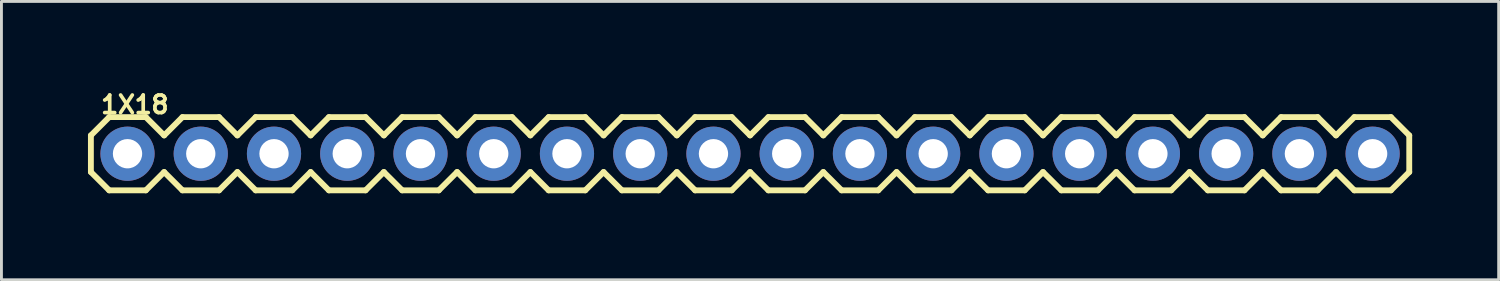
<source format=kicad_pcb>
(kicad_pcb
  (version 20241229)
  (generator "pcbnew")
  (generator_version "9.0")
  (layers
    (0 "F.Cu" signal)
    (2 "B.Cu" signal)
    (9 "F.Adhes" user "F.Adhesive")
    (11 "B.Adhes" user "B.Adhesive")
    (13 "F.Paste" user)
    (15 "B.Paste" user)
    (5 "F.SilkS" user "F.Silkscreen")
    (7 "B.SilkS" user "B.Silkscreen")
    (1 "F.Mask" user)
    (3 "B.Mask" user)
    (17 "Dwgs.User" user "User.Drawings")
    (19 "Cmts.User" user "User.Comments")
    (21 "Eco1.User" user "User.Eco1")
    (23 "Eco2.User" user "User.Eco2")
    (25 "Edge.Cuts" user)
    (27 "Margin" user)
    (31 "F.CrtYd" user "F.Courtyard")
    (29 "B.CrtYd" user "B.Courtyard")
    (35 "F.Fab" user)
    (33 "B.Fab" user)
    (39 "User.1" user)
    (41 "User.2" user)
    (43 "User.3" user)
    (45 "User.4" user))
  (footprint "1X18"
    (layer "F.Cu")
    (at 1.372 2.281)
    (property "Reference" "1X18" (at 0.254 -1.702 0) (layer "F.SilkS") (effects (font (size 0.61 0.61) (thickness 0.127))))
    (attr exclude_from_pos_files exclude_from_bom)
    (fp_line (start -1.27 -0.635) (end -1.27 0.635) (stroke (width 0.203) (type solid)) (layer "F.SilkS"))
    (fp_line (start -1.27 0.635) (end -0.635 1.27) (stroke (width 0.203) (type solid)) (layer "F.SilkS"))
    (fp_line (start -0.635 -1.27) (end -1.27 -0.635) (stroke (width 0.203) (type solid)) (layer "F.SilkS"))
    (fp_line (start -0.635 -1.27) (end 0.635 -1.27) (stroke (width 0.203) (type solid)) (layer "F.SilkS"))
    (fp_line (start 0.635 -1.27) (end 1.27 -0.635) (stroke (width 0.203) (type solid)) (layer "F.SilkS"))
    (fp_line (start 0.635 1.27) (end -0.635 1.27) (stroke (width 0.203) (type solid)) (layer "F.SilkS"))
    (fp_line (start 1.27 -0.635) (end 1.905 -1.27) (stroke (width 0.203) (type solid)) (layer "F.SilkS"))
    (fp_line (start 1.27 0.635) (end 0.635 1.27) (stroke (width 0.203) (type solid)) (layer "F.SilkS"))
    (fp_line (start 1.905 -1.27) (end 3.175 -1.27) (stroke (width 0.203) (type solid)) (layer "F.SilkS"))
    (fp_line (start 1.905 1.27) (end 1.27 0.635) (stroke (width 0.203) (type solid)) (layer "F.SilkS"))
    (fp_line (start 3.175 -1.27) (end 3.81 -0.635) (stroke (width 0.203) (type solid)) (layer "F.SilkS"))
    (fp_line (start 3.175 1.27) (end 1.905 1.27) (stroke (width 0.203) (type solid)) (layer "F.SilkS"))
    (fp_line (start 3.81 -0.635) (end 4.445 -1.27) (stroke (width 0.203) (type solid)) (layer "F.SilkS"))
    (fp_line (start 3.81 0.635) (end 3.175 1.27) (stroke (width 0.203) (type solid)) (layer "F.SilkS"))
    (fp_line (start 4.445 -1.27) (end 5.715 -1.27) (stroke (width 0.203) (type solid)) (layer "F.SilkS"))
    (fp_line (start 4.445 1.27) (end 3.81 0.635) (stroke (width 0.203) (type solid)) (layer "F.SilkS"))
    (fp_line (start 5.715 -1.27) (end 6.35 -0.635) (stroke (width 0.203) (type solid)) (layer "F.SilkS"))
    (fp_line (start 5.715 1.27) (end 4.445 1.27) (stroke (width 0.203) (type solid)) (layer "F.SilkS"))
    (fp_line (start 6.35 0.635) (end 5.715 1.27) (stroke (width 0.203) (type solid)) (layer "F.SilkS"))
    (fp_line (start 6.35 0.635) (end 6.985 1.27) (stroke (width 0.203) (type solid)) (layer "F.SilkS"))
    (fp_line (start 6.985 -1.27) (end 6.35 -0.635) (stroke (width 0.203) (type solid)) (layer "F.SilkS"))
    (fp_line (start 6.985 -1.27) (end 8.255 -1.27) (stroke (width 0.203) (type solid)) (layer "F.SilkS"))
    (fp_line (start 8.255 -1.27) (end 8.89 -0.635) (stroke (width 0.203) (type solid)) (layer "F.SilkS"))
    (fp_line (start 8.255 1.27) (end 6.985 1.27) (stroke (width 0.203) (type solid)) (layer "F.SilkS"))
    (fp_line (start 8.89 -0.635) (end 9.525 -1.27) (stroke (width 0.203) (type solid)) (layer "F.SilkS"))
    (fp_line (start 8.89 0.635) (end 8.255 1.27) (stroke (width 0.203) (type solid)) (layer "F.SilkS"))
    (fp_line (start 9.525 -1.27) (end 10.795 -1.27) (stroke (width 0.203) (type solid)) (layer "F.SilkS"))
    (fp_line (start 9.525 1.27) (end 8.89 0.635) (stroke (width 0.203) (type solid)) (layer "F.SilkS"))
    (fp_line (start 10.795 -1.27) (end 11.43 -0.635) (stroke (width 0.203) (type solid)) (layer "F.SilkS"))
    (fp_line (start 10.795 1.27) (end 9.525 1.27) (stroke (width 0.203) (type solid)) (layer "F.SilkS"))
    (fp_line (start 11.43 -0.635) (end 12.065 -1.27) (stroke (width 0.203) (type solid)) (layer "F.SilkS"))
    (fp_line (start 11.43 0.635) (end 10.795 1.27) (stroke (width 0.203) (type solid)) (layer "F.SilkS"))
    (fp_line (start 12.065 -1.27) (end 13.335 -1.27) (stroke (width 0.203) (type solid)) (layer "F.SilkS"))
    (fp_line (start 12.065 1.27) (end 11.43 0.635) (stroke (width 0.203) (type solid)) (layer "F.SilkS"))
    (fp_line (start 13.335 -1.27) (end 13.97 -0.635) (stroke (width 0.203) (type solid)) (layer "F.SilkS"))
    (fp_line (start 13.335 1.27) (end 12.065 1.27) (stroke (width 0.203) (type solid)) (layer "F.SilkS"))
    (fp_line (start 13.97 0.635) (end 13.335 1.27) (stroke (width 0.203) (type solid)) (layer "F.SilkS"))
    (fp_line (start 13.97 0.635) (end 14.605 1.27) (stroke (width 0.203) (type solid)) (layer "F.SilkS"))
    (fp_line (start 14.605 -1.27) (end 13.97 -0.635) (stroke (width 0.203) (type solid)) (layer "F.SilkS"))
    (fp_line (start 14.605 -1.27) (end 15.875 -1.27) (stroke (width 0.203) (type solid)) (layer "F.SilkS"))
    (fp_line (start 15.875 -1.27) (end 16.51 -0.635) (stroke (width 0.203) (type solid)) (layer "F.SilkS"))
    (fp_line (start 15.875 1.27) (end 14.605 1.27) (stroke (width 0.203) (type solid)) (layer "F.SilkS"))
    (fp_line (start 16.51 0.635) (end 15.875 1.27) (stroke (width 0.203) (type solid)) (layer "F.SilkS"))
    (fp_line (start 16.51 0.635) (end 17.145 1.27) (stroke (width 0.203) (type solid)) (layer "F.SilkS"))
    (fp_line (start 17.145 -1.27) (end 16.51 -0.635) (stroke (width 0.203) (type solid)) (layer "F.SilkS"))
    (fp_line (start 17.145 -1.27) (end 18.415 -1.27) (stroke (width 0.203) (type solid)) (layer "F.SilkS"))
    (fp_line (start 18.415 -1.27) (end 19.05 -0.635) (stroke (width 0.203) (type solid)) (layer "F.SilkS"))
    (fp_line (start 18.415 1.27) (end 17.145 1.27) (stroke (width 0.203) (type solid)) (layer "F.SilkS"))
    (fp_line (start 19.05 -0.635) (end 19.685 -1.27) (stroke (width 0.203) (type solid)) (layer "F.SilkS"))
    (fp_line (start 19.05 0.635) (end 18.415 1.27) (stroke (width 0.203) (type solid)) (layer "F.SilkS"))
    (fp_line (start 19.685 -1.27) (end 20.955 -1.27) (stroke (width 0.203) (type solid)) (layer "F.SilkS"))
    (fp_line (start 19.685 1.27) (end 19.05 0.635) (stroke (width 0.203) (type solid)) (layer "F.SilkS"))
    (fp_line (start 20.955 -1.27) (end 21.59 -0.635) (stroke (width 0.203) (type solid)) (layer "F.SilkS"))
    (fp_line (start 20.955 1.27) (end 19.685 1.27) (stroke (width 0.203) (type solid)) (layer "F.SilkS"))
    (fp_line (start 21.59 -0.635) (end 22.225 -1.27) (stroke (width 0.203) (type solid)) (layer "F.SilkS"))
    (fp_line (start 21.59 0.635) (end 20.955 1.27) (stroke (width 0.203) (type solid)) (layer "F.SilkS"))
    (fp_line (start 22.225 -1.27) (end 23.495 -1.27) (stroke (width 0.203) (type solid)) (layer "F.SilkS"))
    (fp_line (start 22.225 1.27) (end 21.59 0.635) (stroke (width 0.203) (type solid)) (layer "F.SilkS"))
    (fp_line (start 23.495 -1.27) (end 24.13 -0.635) (stroke (width 0.203) (type solid)) (layer "F.SilkS"))
    (fp_line (start 23.495 1.27) (end 22.225 1.27) (stroke (width 0.203) (type solid)) (layer "F.SilkS"))
    (fp_line (start 24.13 0.635) (end 23.495 1.27) (stroke (width 0.203) (type solid)) (layer "F.SilkS"))
    (fp_line (start 24.13 0.635) (end 24.765 1.27) (stroke (width 0.203) (type solid)) (layer "F.SilkS"))
    (fp_line (start 24.765 -1.27) (end 24.13 -0.635) (stroke (width 0.203) (type solid)) (layer "F.SilkS"))
    (fp_line (start 24.765 -1.27) (end 26.035 -1.27) (stroke (width 0.203) (type solid)) (layer "F.SilkS"))
    (fp_line (start 26.035 -1.27) (end 26.67 -0.635) (stroke (width 0.203) (type solid)) (layer "F.SilkS"))
    (fp_line (start 26.035 1.27) (end 24.765 1.27) (stroke (width 0.203) (type solid)) (layer "F.SilkS"))
    (fp_line (start 26.67 -0.635) (end 27.305 -1.27) (stroke (width 0.203) (type solid)) (layer "F.SilkS"))
    (fp_line (start 26.67 0.635) (end 26.035 1.27) (stroke (width 0.203) (type solid)) (layer "F.SilkS"))
    (fp_line (start 27.305 -1.27) (end 28.575 -1.27) (stroke (width 0.203) (type solid)) (layer "F.SilkS"))
    (fp_line (start 27.305 1.27) (end 26.67 0.635) (stroke (width 0.203) (type solid)) (layer "F.SilkS"))
    (fp_line (start 28.575 -1.27) (end 29.21 -0.635) (stroke (width 0.203) (type solid)) (layer "F.SilkS"))
    (fp_line (start 28.575 1.27) (end 27.305 1.27) (stroke (width 0.203) (type solid)) (layer "F.SilkS"))
    (fp_line (start 29.21 -0.635) (end 29.845 -1.27) (stroke (width 0.203) (type solid)) (layer "F.SilkS"))
    (fp_line (start 29.21 0.635) (end 28.575 1.27) (stroke (width 0.203) (type solid)) (layer "F.SilkS"))
    (fp_line (start 29.845 -1.27) (end 31.115 -1.27) (stroke (width 0.203) (type solid)) (layer "F.SilkS"))
    (fp_line (start 29.845 1.27) (end 29.21 0.635) (stroke (width 0.203) (type solid)) (layer "F.SilkS"))
    (fp_line (start 31.115 -1.27) (end 31.75 -0.635) (stroke (width 0.203) (type solid)) (layer "F.SilkS"))
    (fp_line (start 31.115 1.27) (end 29.845 1.27) (stroke (width 0.203) (type solid)) (layer "F.SilkS"))
    (fp_line (start 31.75 0.635) (end 31.115 1.27) (stroke (width 0.203) (type solid)) (layer "F.SilkS"))
    (fp_line (start 31.75 0.635) (end 32.385 1.27) (stroke (width 0.203) (type solid)) (layer "F.SilkS"))
    (fp_line (start 32.385 -1.27) (end 31.75 -0.635) (stroke (width 0.203) (type solid)) (layer "F.SilkS"))
    (fp_line (start 32.385 -1.27) (end 33.655 -1.27) (stroke (width 0.203) (type solid)) (layer "F.SilkS"))
    (fp_line (start 33.655 -1.27) (end 34.29 -0.635) (stroke (width 0.203) (type solid)) (layer "F.SilkS"))
    (fp_line (start 33.655 1.27) (end 32.385 1.27) (stroke (width 0.203) (type solid)) (layer "F.SilkS"))
    (fp_line (start 34.29 0.635) (end 33.655 1.27) (stroke (width 0.203) (type solid)) (layer "F.SilkS"))
    (fp_line (start 34.29 0.635) (end 34.925 1.27) (stroke (width 0.203) (type solid)) (layer "F.SilkS"))
    (fp_line (start 34.925 -1.27) (end 34.29 -0.635) (stroke (width 0.203) (type solid)) (layer "F.SilkS"))
    (fp_line (start 34.925 -1.27) (end 36.195 -1.27) (stroke (width 0.203) (type solid)) (layer "F.SilkS"))
    (fp_line (start 36.195 -1.27) (end 36.83 -0.635) (stroke (width 0.203) (type solid)) (layer "F.SilkS"))
    (fp_line (start 36.195 1.27) (end 34.925 1.27) (stroke (width 0.203) (type solid)) (layer "F.SilkS"))
    (fp_line (start 36.83 0.635) (end 36.195 1.27) (stroke (width 0.203) (type solid)) (layer "F.SilkS"))
    (fp_line (start 36.83 0.635) (end 37.465 1.27) (stroke (width 0.203) (type solid)) (layer "F.SilkS"))
    (fp_line (start 37.465 -1.27) (end 36.83 -0.635) (stroke (width 0.203) (type solid)) (layer "F.SilkS"))
    (fp_line (start 37.465 -1.27) (end 38.735 -1.27) (stroke (width 0.203) (type solid)) (layer "F.SilkS"))
    (fp_line (start 38.735 -1.27) (end 39.37 -0.635) (stroke (width 0.203) (type solid)) (layer "F.SilkS"))
    (fp_line (start 38.735 1.27) (end 37.465 1.27) (stroke (width 0.203) (type solid)) (layer "F.SilkS"))
    (fp_line (start 39.37 0.635) (end 38.735 1.27) (stroke (width 0.203) (type solid)) (layer "F.SilkS"))
    (fp_line (start 39.37 0.635) (end 40.005 1.27) (stroke (width 0.203) (type solid)) (layer "F.SilkS"))
    (fp_line (start 40.005 -1.27) (end 39.37 -0.635) (stroke (width 0.203) (type solid)) (layer "F.SilkS"))
    (fp_line (start 40.005 -1.27) (end 41.275 -1.27) (stroke (width 0.203) (type solid)) (layer "F.SilkS"))
    (fp_line (start 41.275 -1.27) (end 41.91 -0.635) (stroke (width 0.203) (type solid)) (layer "F.SilkS"))
    (fp_line (start 41.275 1.27) (end 40.005 1.27) (stroke (width 0.203) (type solid)) (layer "F.SilkS"))
    (fp_line (start 41.91 0.635) (end 41.275 1.27) (stroke (width 0.203) (type solid)) (layer "F.SilkS"))
    (fp_line (start 41.91 0.635) (end 42.545 1.27) (stroke (width 0.203) (type solid)) (layer "F.SilkS"))
    (fp_line (start 42.545 -1.27) (end 41.91 -0.635) (stroke (width 0.203) (type solid)) (layer "F.SilkS"))
    (fp_line (start 42.545 -1.27) (end 43.815 -1.27) (stroke (width 0.203) (type solid)) (layer "F.SilkS"))
    (fp_line (start 43.815 -1.27) (end 44.45 -0.635) (stroke (width 0.203) (type solid)) (layer "F.SilkS"))
    (fp_line (start 43.815 1.27) (end 42.545 1.27) (stroke (width 0.203) (type solid)) (layer "F.SilkS"))
    (fp_line (start 44.45 -0.635) (end 44.45 0.635) (stroke (width 0.203) (type solid)) (layer "F.SilkS"))
    (fp_line (start 44.45 0.635) (end 43.815 1.27) (stroke (width 0.203) (type solid)) (layer "F.SilkS"))
    (fp_line (start -0.254 -0.254) (end 0.254 -0.254) (stroke (width 0.066) (type solid)) (layer "Dwgs.User"))
    (fp_line (start -0.254 0.254) (end -0.254 -0.254) (stroke (width 0.066) (type solid)) (layer "Dwgs.User"))
    (fp_line (start -0.254 0.254) (end 0.254 0.254) (stroke (width 0.066) (type solid)) (layer "Dwgs.User"))
    (fp_line (start 0.254 0.254) (end 0.254 -0.254) (stroke (width 0.066) (type solid)) (layer "Dwgs.User"))
    (fp_line (start 2.286 -0.254) (end 2.794 -0.254) (stroke (width 0.066) (type solid)) (layer "Dwgs.User"))
    (fp_line (start 2.286 0.254) (end 2.286 -0.254) (stroke (width 0.066) (type solid)) (layer "Dwgs.User"))
    (fp_line (start 2.286 0.254) (end 2.794 0.254) (stroke (width 0.066) (type solid)) (layer "Dwgs.User"))
    (fp_line (start 2.794 0.254) (end 2.794 -0.254) (stroke (width 0.066) (type solid)) (layer "Dwgs.User"))
    (fp_line (start 4.826 -0.254) (end 5.334 -0.254) (stroke (width 0.066) (type solid)) (layer "Dwgs.User"))
    (fp_line (start 4.826 0.254) (end 4.826 -0.254) (stroke (width 0.066) (type solid)) (layer "Dwgs.User"))
    (fp_line (start 4.826 0.254) (end 5.334 0.254) (stroke (width 0.066) (type solid)) (layer "Dwgs.User"))
    (fp_line (start 5.334 0.254) (end 5.334 -0.254) (stroke (width 0.066) (type solid)) (layer "Dwgs.User"))
    (fp_line (start 7.366 -0.254) (end 7.874 -0.254) (stroke (width 0.066) (type solid)) (layer "Dwgs.User"))
    (fp_line (start 7.366 0.254) (end 7.366 -0.254) (stroke (width 0.066) (type solid)) (layer "Dwgs.User"))
    (fp_line (start 7.366 0.254) (end 7.874 0.254) (stroke (width 0.066) (type solid)) (layer "Dwgs.User"))
    (fp_line (start 7.874 0.254) (end 7.874 -0.254) (stroke (width 0.066) (type solid)) (layer "Dwgs.User"))
    (fp_line (start 9.906 -0.254) (end 10.414 -0.254) (stroke (width 0.066) (type solid)) (layer "Dwgs.User"))
    (fp_line (start 9.906 0.254) (end 9.906 -0.254) (stroke (width 0.066) (type solid)) (layer "Dwgs.User"))
    (fp_line (start 9.906 0.254) (end 10.414 0.254) (stroke (width 0.066) (type solid)) (layer "Dwgs.User"))
    (fp_line (start 10.414 0.254) (end 10.414 -0.254) (stroke (width 0.066) (type solid)) (layer "Dwgs.User"))
    (fp_line (start 12.446 -0.254) (end 12.954 -0.254) (stroke (width 0.066) (type solid)) (layer "Dwgs.User"))
    (fp_line (start 12.446 0.254) (end 12.446 -0.254) (stroke (width 0.066) (type solid)) (layer "Dwgs.User"))
    (fp_line (start 12.446 0.254) (end 12.954 0.254) (stroke (width 0.066) (type solid)) (layer "Dwgs.User"))
    (fp_line (start 12.954 0.254) (end 12.954 -0.254) (stroke (width 0.066) (type solid)) (layer "Dwgs.User"))
    (fp_line (start 14.986 -0.254) (end 15.494 -0.254) (stroke (width 0.066) (type solid)) (layer "Dwgs.User"))
    (fp_line (start 14.986 0.254) (end 14.986 -0.254) (stroke (width 0.066) (type solid)) (layer "Dwgs.User"))
    (fp_line (start 14.986 0.254) (end 15.494 0.254) (stroke (width 0.066) (type solid)) (layer "Dwgs.User"))
    (fp_line (start 15.494 0.254) (end 15.494 -0.254) (stroke (width 0.066) (type solid)) (layer "Dwgs.User"))
    (fp_line (start 17.523 -0.254) (end 18.034 -0.254) (stroke (width 0.066) (type solid)) (layer "Dwgs.User"))
    (fp_line (start 17.523 0.254) (end 17.523 -0.254) (stroke (width 0.066) (type solid)) (layer "Dwgs.User"))
    (fp_line (start 17.523 0.254) (end 18.034 0.254) (stroke (width 0.066) (type solid)) (layer "Dwgs.User"))
    (fp_line (start 18.034 0.254) (end 18.034 -0.254) (stroke (width 0.066) (type solid)) (layer "Dwgs.User"))
    (fp_line (start 20.066 -0.254) (end 20.574 -0.254) (stroke (width 0.066) (type solid)) (layer "Dwgs.User"))
    (fp_line (start 20.066 0.254) (end 20.066 -0.254) (stroke (width 0.066) (type solid)) (layer "Dwgs.User"))
    (fp_line (start 20.066 0.254) (end 20.574 0.254) (stroke (width 0.066) (type solid)) (layer "Dwgs.User"))
    (fp_line (start 20.574 0.254) (end 20.574 -0.254) (stroke (width 0.066) (type solid)) (layer "Dwgs.User"))
    (fp_line (start 22.606 -0.254) (end 23.114 -0.254) (stroke (width 0.066) (type solid)) (layer "Dwgs.User"))
    (fp_line (start 22.606 0.254) (end 22.606 -0.254) (stroke (width 0.066) (type solid)) (layer "Dwgs.User"))
    (fp_line (start 22.606 0.254) (end 23.114 0.254) (stroke (width 0.066) (type solid)) (layer "Dwgs.User"))
    (fp_line (start 23.114 0.254) (end 23.114 -0.254) (stroke (width 0.066) (type solid)) (layer "Dwgs.User"))
    (fp_line (start 25.146 -0.254) (end 25.654 -0.254) (stroke (width 0.066) (type solid)) (layer "Dwgs.User"))
    (fp_line (start 25.146 0.254) (end 25.146 -0.254) (stroke (width 0.066) (type solid)) (layer "Dwgs.User"))
    (fp_line (start 25.146 0.254) (end 25.654 0.254) (stroke (width 0.066) (type solid)) (layer "Dwgs.User"))
    (fp_line (start 25.654 0.254) (end 25.654 -0.254) (stroke (width 0.066) (type solid)) (layer "Dwgs.User"))
    (fp_line (start 27.686 -0.254) (end 28.194 -0.254) (stroke (width 0.066) (type solid)) (layer "Dwgs.User"))
    (fp_line (start 27.686 0.254) (end 27.686 -0.254) (stroke (width 0.066) (type solid)) (layer "Dwgs.User"))
    (fp_line (start 27.686 0.254) (end 28.194 0.254) (stroke (width 0.066) (type solid)) (layer "Dwgs.User"))
    (fp_line (start 28.194 0.254) (end 28.194 -0.254) (stroke (width 0.066) (type solid)) (layer "Dwgs.User"))
    (fp_line (start 30.226 -0.254) (end 30.734 -0.254) (stroke (width 0.066) (type solid)) (layer "Dwgs.User"))
    (fp_line (start 30.226 0.254) (end 30.226 -0.254) (stroke (width 0.066) (type solid)) (layer "Dwgs.User"))
    (fp_line (start 30.226 0.254) (end 30.734 0.254) (stroke (width 0.066) (type solid)) (layer "Dwgs.User"))
    (fp_line (start 30.734 0.254) (end 30.734 -0.254) (stroke (width 0.066) (type solid)) (layer "Dwgs.User"))
    (fp_line (start 32.766 -0.254) (end 33.274 -0.254) (stroke (width 0.066) (type solid)) (layer "Dwgs.User"))
    (fp_line (start 32.766 0.254) (end 32.766 -0.254) (stroke (width 0.066) (type solid)) (layer "Dwgs.User"))
    (fp_line (start 32.766 0.254) (end 33.274 0.254) (stroke (width 0.066) (type solid)) (layer "Dwgs.User"))
    (fp_line (start 33.274 0.254) (end 33.274 -0.254) (stroke (width 0.066) (type solid)) (layer "Dwgs.User"))
    (fp_line (start 35.303 -0.254) (end 35.814 -0.254) (stroke (width 0.066) (type solid)) (layer "Dwgs.User"))
    (fp_line (start 35.303 0.254) (end 35.303 -0.254) (stroke (width 0.066) (type solid)) (layer "Dwgs.User"))
    (fp_line (start 35.303 0.254) (end 35.814 0.254) (stroke (width 0.066) (type solid)) (layer "Dwgs.User"))
    (fp_line (start 35.814 0.254) (end 35.814 -0.254) (stroke (width 0.066) (type solid)) (layer "Dwgs.User"))
    (fp_line (start 37.846 -0.254) (end 38.354 -0.254) (stroke (width 0.066) (type solid)) (layer "Dwgs.User"))
    (fp_line (start 37.846 0.254) (end 37.846 -0.254) (stroke (width 0.066) (type solid)) (layer "Dwgs.User"))
    (fp_line (start 37.846 0.254) (end 38.354 0.254) (stroke (width 0.066) (type solid)) (layer "Dwgs.User"))
    (fp_line (start 38.354 0.254) (end 38.354 -0.254) (stroke (width 0.066) (type solid)) (layer "Dwgs.User"))
    (fp_line (start 40.386 -0.254) (end 40.894 -0.254) (stroke (width 0.066) (type solid)) (layer "Dwgs.User"))
    (fp_line (start 40.386 0.254) (end 40.386 -0.254) (stroke (width 0.066) (type solid)) (layer "Dwgs.User"))
    (fp_line (start 40.386 0.254) (end 40.894 0.254) (stroke (width 0.066) (type solid)) (layer "Dwgs.User"))
    (fp_line (start 40.894 0.254) (end 40.894 -0.254) (stroke (width 0.066) (type solid)) (layer "Dwgs.User"))
    (fp_line (start 42.926 -0.254) (end 43.434 -0.254) (stroke (width 0.066) (type solid)) (layer "Dwgs.User"))
    (fp_line (start 42.926 0.254) (end 42.926 -0.254) (stroke (width 0.066) (type solid)) (layer "Dwgs.User"))
    (fp_line (start 42.926 0.254) (end 43.434 0.254) (stroke (width 0.066) (type solid)) (layer "Dwgs.User"))
    (fp_line (start 43.434 0.254) (end 43.434 -0.254) (stroke (width 0.066) (type solid)) (layer "Dwgs.User"))
    (pad "1" thru_hole circle (at 0 0) (size 1.88 1.88) (drill 1.016) (layers "*.Cu" "*.Paste" "*.Mask"))
    (pad "2" thru_hole circle (at 2.54 0) (size 1.88 1.88) (drill 1.016) (layers "*.Cu" "*.Paste" "*.Mask"))
    (pad "3" thru_hole circle (at 5.08 0) (size 1.88 1.88) (drill 1.016) (layers "*.Cu" "*.Paste" "*.Mask"))
    (pad "4" thru_hole circle (at 7.62 0) (size 1.88 1.88) (drill 1.016) (layers "*.Cu" "*.Paste" "*.Mask"))
    (pad "5" thru_hole circle (at 10.16 0) (size 1.88 1.88) (drill 1.016) (layers "*.Cu" "*.Paste" "*.Mask"))
    (pad "6" thru_hole circle (at 12.7 0) (size 1.88 1.88) (drill 1.016) (layers "*.Cu" "*.Paste" "*.Mask"))
    (pad "7" thru_hole circle (at 15.24 0) (size 1.88 1.88) (drill 1.016) (layers "*.Cu" "*.Paste" "*.Mask"))
    (pad "8" thru_hole circle (at 17.78 0) (size 1.88 1.88) (drill 1.016) (layers "*.Cu" "*.Paste" "*.Mask"))
    (pad "9" thru_hole circle (at 20.32 0) (size 1.88 1.88) (drill 1.016) (layers "*.Cu" "*.Paste" "*.Mask"))
    (pad "10" thru_hole circle (at 22.86 0) (size 1.88 1.88) (drill 1.016) (layers "*.Cu" "*.Paste" "*.Mask"))
    (pad "11" thru_hole circle (at 25.4 0) (size 1.88 1.88) (drill 1.016) (layers "*.Cu" "*.Paste" "*.Mask"))
    (pad "12" thru_hole circle (at 27.94 0) (size 1.88 1.88) (drill 1.016) (layers "*.Cu" "*.Paste" "*.Mask"))
    (pad "13" thru_hole circle (at 30.48 0) (size 1.88 1.88) (drill 1.016) (layers "*.Cu" "*.Paste" "*.Mask"))
    (pad "14" thru_hole circle (at 33.02 0) (size 1.88 1.88) (drill 1.016) (layers "*.Cu" "*.Paste" "*.Mask"))
    (pad "15" thru_hole circle (at 35.56 0) (size 1.88 1.88) (drill 1.016) (layers "*.Cu" "*.Paste" "*.Mask"))
    (pad "16" thru_hole circle (at 38.1 0) (size 1.88 1.88) (drill 1.016) (layers "*.Cu" "*.Paste" "*.Mask"))
    (pad "17" thru_hole circle (at 40.64 0) (size 1.88 1.88) (drill 1.016) (layers "*.Cu" "*.Paste" "*.Mask"))
    (pad "18" thru_hole circle (at 43.18 0) (size 1.88 1.88) (drill 1.016) (layers "*.Cu" "*.Paste" "*.Mask")))
  (gr_rect
    (start -3 -3)
    (end 48.923 6.653)
    (stroke (width 0.1) (type default))
    (fill no)
    (layer "Edge.Cuts")))
</source>
